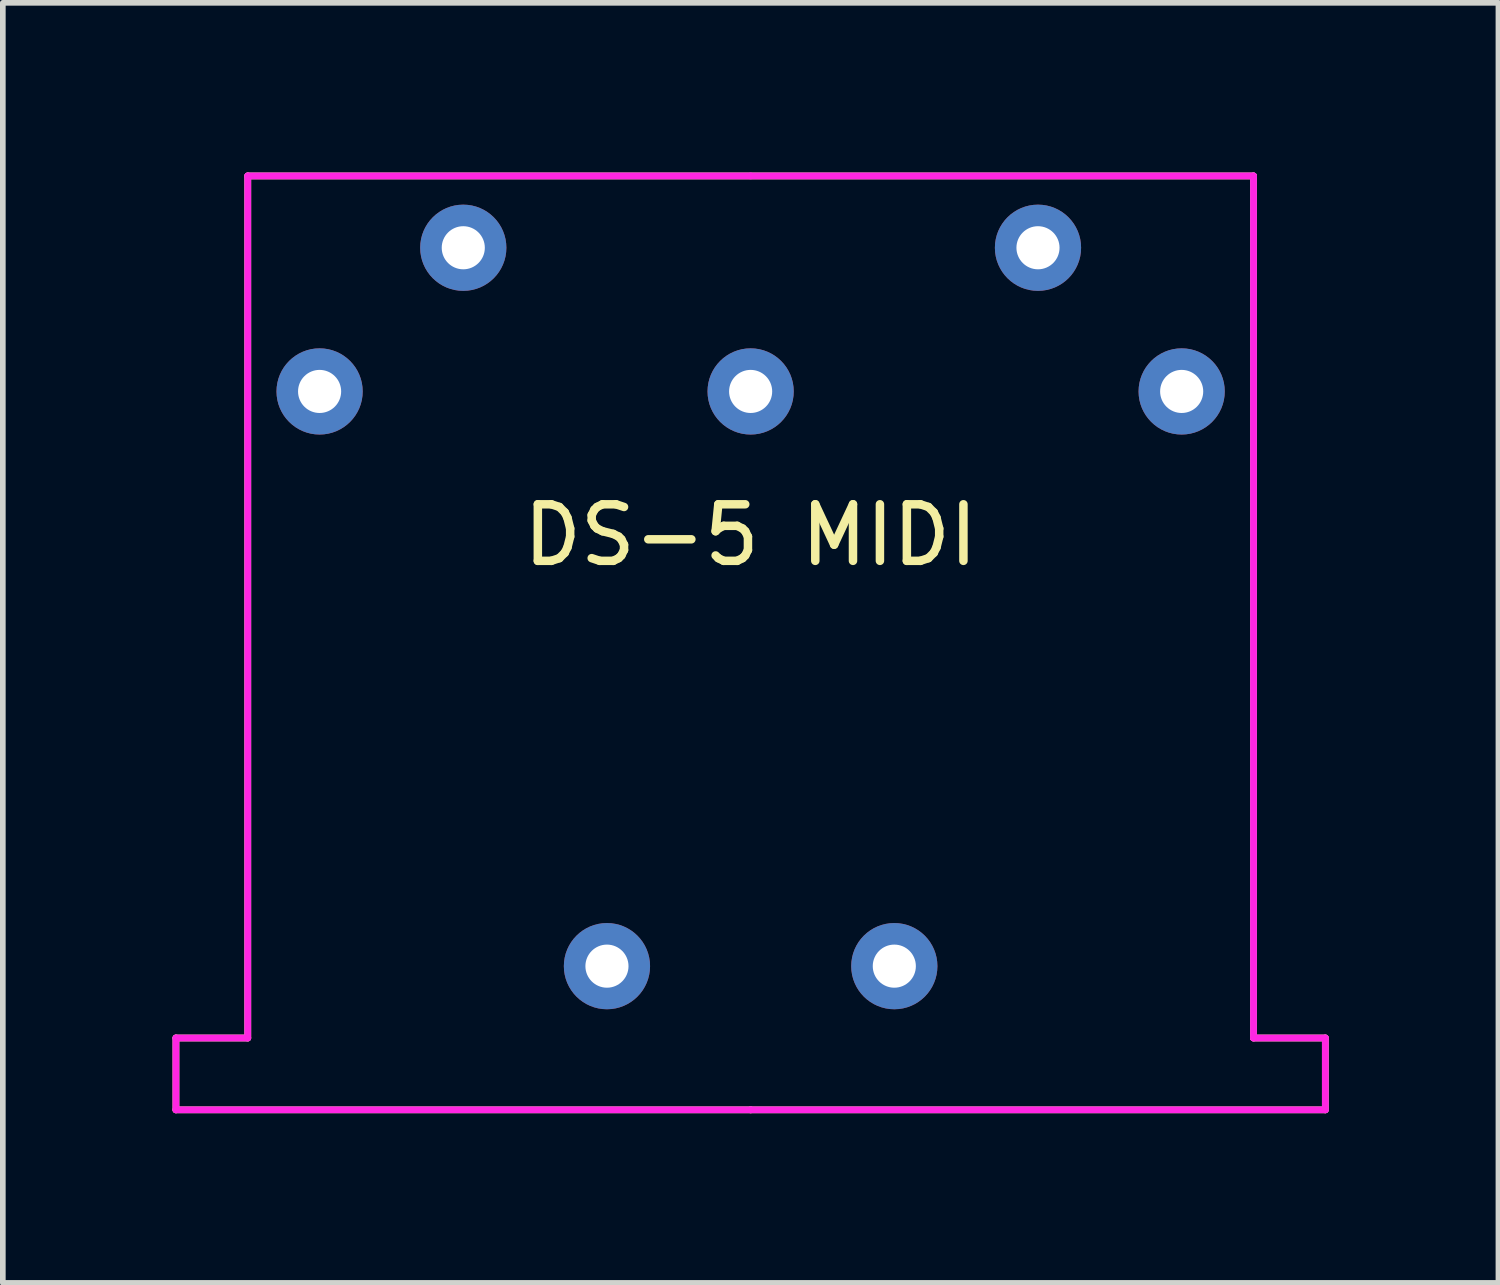
<source format=kicad_pcb>
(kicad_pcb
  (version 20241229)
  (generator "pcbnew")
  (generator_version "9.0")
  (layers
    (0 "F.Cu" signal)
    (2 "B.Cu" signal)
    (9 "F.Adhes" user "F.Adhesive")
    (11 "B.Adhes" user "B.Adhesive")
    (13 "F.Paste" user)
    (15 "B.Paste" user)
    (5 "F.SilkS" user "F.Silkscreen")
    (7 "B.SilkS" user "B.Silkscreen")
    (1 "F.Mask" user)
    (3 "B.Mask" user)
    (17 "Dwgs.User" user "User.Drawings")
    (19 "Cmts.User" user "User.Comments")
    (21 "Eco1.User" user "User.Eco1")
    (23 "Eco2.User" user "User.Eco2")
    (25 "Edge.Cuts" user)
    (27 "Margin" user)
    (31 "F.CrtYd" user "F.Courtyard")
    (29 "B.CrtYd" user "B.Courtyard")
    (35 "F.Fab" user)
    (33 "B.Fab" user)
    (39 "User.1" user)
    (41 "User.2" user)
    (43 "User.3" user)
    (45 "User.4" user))
  (footprint "DS-5 MIDI"
    (layer "F.Cu")
    (at 10.22 3.87)
    (property "Reference" "DS-5 MIDI" (at 0 2.54 0) (unlocked yes) (layer "F.SilkS") (effects (font (size 1 1) (thickness 0.15))))
    (attr through_hole)
    (fp_line (start -10.16 11.43) (end -10.16 12.7) (stroke (width 0.12) (type solid)) (layer "F.SilkS"))
    (fp_line (start -10.16 12.7) (end 0 12.7) (stroke (width 0.12) (type solid)) (layer "F.SilkS"))
    (fp_line (start -8.89 -3.81) (end -8.89 11.43) (stroke (width 0.12) (type solid)) (layer "F.SilkS"))
    (fp_line (start -8.89 11.43) (end -10.16 11.43) (stroke (width 0.12) (type solid)) (layer "F.SilkS"))
    (fp_line (start 0 12.7) (end 10.16 12.7) (stroke (width 0.12) (type solid)) (layer "F.SilkS"))
    (fp_line (start 8.89 -3.81) (end -8.89 -3.81) (stroke (width 0.12) (type solid)) (layer "F.SilkS"))
    (fp_line (start 8.89 11.43) (end 8.89 -3.81) (stroke (width 0.12) (type solid)) (layer "F.SilkS"))
    (fp_line (start 10.16 11.43) (end 8.89 11.43) (stroke (width 0.12) (type solid)) (layer "F.SilkS"))
    (fp_line (start 10.16 12.7) (end 10.16 11.43) (stroke (width 0.12) (type solid)) (layer "F.SilkS"))
    (fp_line (start -10.16 11.43) (end -10.16 12.7) (stroke (width 0.12) (type solid)) (layer "F.CrtYd"))
    (fp_line (start -10.16 12.7) (end 0 12.7) (stroke (width 0.12) (type solid)) (layer "F.CrtYd"))
    (fp_line (start -8.89 -3.81) (end -8.89 11.43) (stroke (width 0.12) (type solid)) (layer "F.CrtYd"))
    (fp_line (start -8.89 11.43) (end -10.16 11.43) (stroke (width 0.12) (type solid)) (layer "F.CrtYd"))
    (fp_line (start 0 -3.81) (end -8.89 -3.81) (stroke (width 0.12) (type solid)) (layer "F.CrtYd"))
    (fp_line (start 0 12.7) (end 10.16 12.7) (stroke (width 0.12) (type solid)) (layer "F.CrtYd"))
    (fp_line (start 8.89 -3.81) (end 0 -3.81) (stroke (width 0.12) (type solid)) (layer "F.CrtYd"))
    (fp_line (start 8.89 11.43) (end 8.89 -3.81) (stroke (width 0.12) (type solid)) (layer "F.CrtYd"))
    (fp_line (start 8.89 11.43) (end 10.16 11.43) (stroke (width 0.12) (type solid)) (layer "F.CrtYd"))
    (fp_line (start 10.16 12.7) (end 10.16 11.43) (stroke (width 0.12) (type solid)) (layer "F.CrtYd"))
    (fp_line (start -10.16 11.43) (end -10.16 12.7) (stroke (width 0.1) (type solid)) (layer "F.Fab"))
    (fp_line (start -10.16 12.7) (end 10.16 12.7) (stroke (width 0.1) (type solid)) (layer "F.Fab"))
    (fp_line (start -8.89 -3.81) (end -8.89 11.43) (stroke (width 0.1) (type solid)) (layer "F.Fab"))
    (fp_line (start -8.89 11.43) (end -10.16 11.43) (stroke (width 0.1) (type solid)) (layer "F.Fab"))
    (fp_line (start 8.89 -3.81) (end -8.89 -3.81) (stroke (width 0.1) (type solid)) (layer "F.Fab"))
    (fp_line (start 8.89 11.43) (end 8.89 -3.81) (stroke (width 0.1) (type solid)) (layer "F.Fab"))
    (fp_line (start 10.16 11.43) (end 8.89 11.43) (stroke (width 0.1) (type solid)) (layer "F.Fab"))
    (fp_line (start 10.16 12.7) (end 10.16 11.43) (stroke (width 0.1) (type solid)) (layer "F.Fab"))
    (pad "" np_thru_hole circle (at -2.54 10.16) (size 1.524 1.524) (drill 0.762) (layers "*.Cu" "*.Mask"))
    (pad "" np_thru_hole circle (at 2.54 10.16) (size 1.524 1.524) (drill 0.762) (layers "*.Cu" "*.Mask"))
    (pad "1" thru_hole circle (at 7.62 0) (size 1.524 1.524) (drill 0.762) (layers "*.Cu" "*.Mask"))
    (pad "2" thru_hole circle (at 0 0) (size 1.524 1.524) (drill 0.762) (layers "*.Cu" "*.Mask"))
    (pad "3" thru_hole circle (at -7.62 0) (size 1.524 1.524) (drill 0.762) (layers "*.Cu" "*.Mask"))
    (pad "4" thru_hole circle (at 5.08 -2.54) (size 1.524 1.524) (drill 0.762) (layers "*.Cu" "*.Mask"))
    (pad "5" thru_hole circle (at -5.08 -2.54) (size 1.524 1.524) (drill 0.762) (layers "*.Cu" "*.Mask")))
  (gr_rect
    (start -3 -3)
    (end 23.44 19.63)
    (stroke (width 0.1) (type default))
    (fill no)
    (layer "Edge.Cuts")))
</source>
